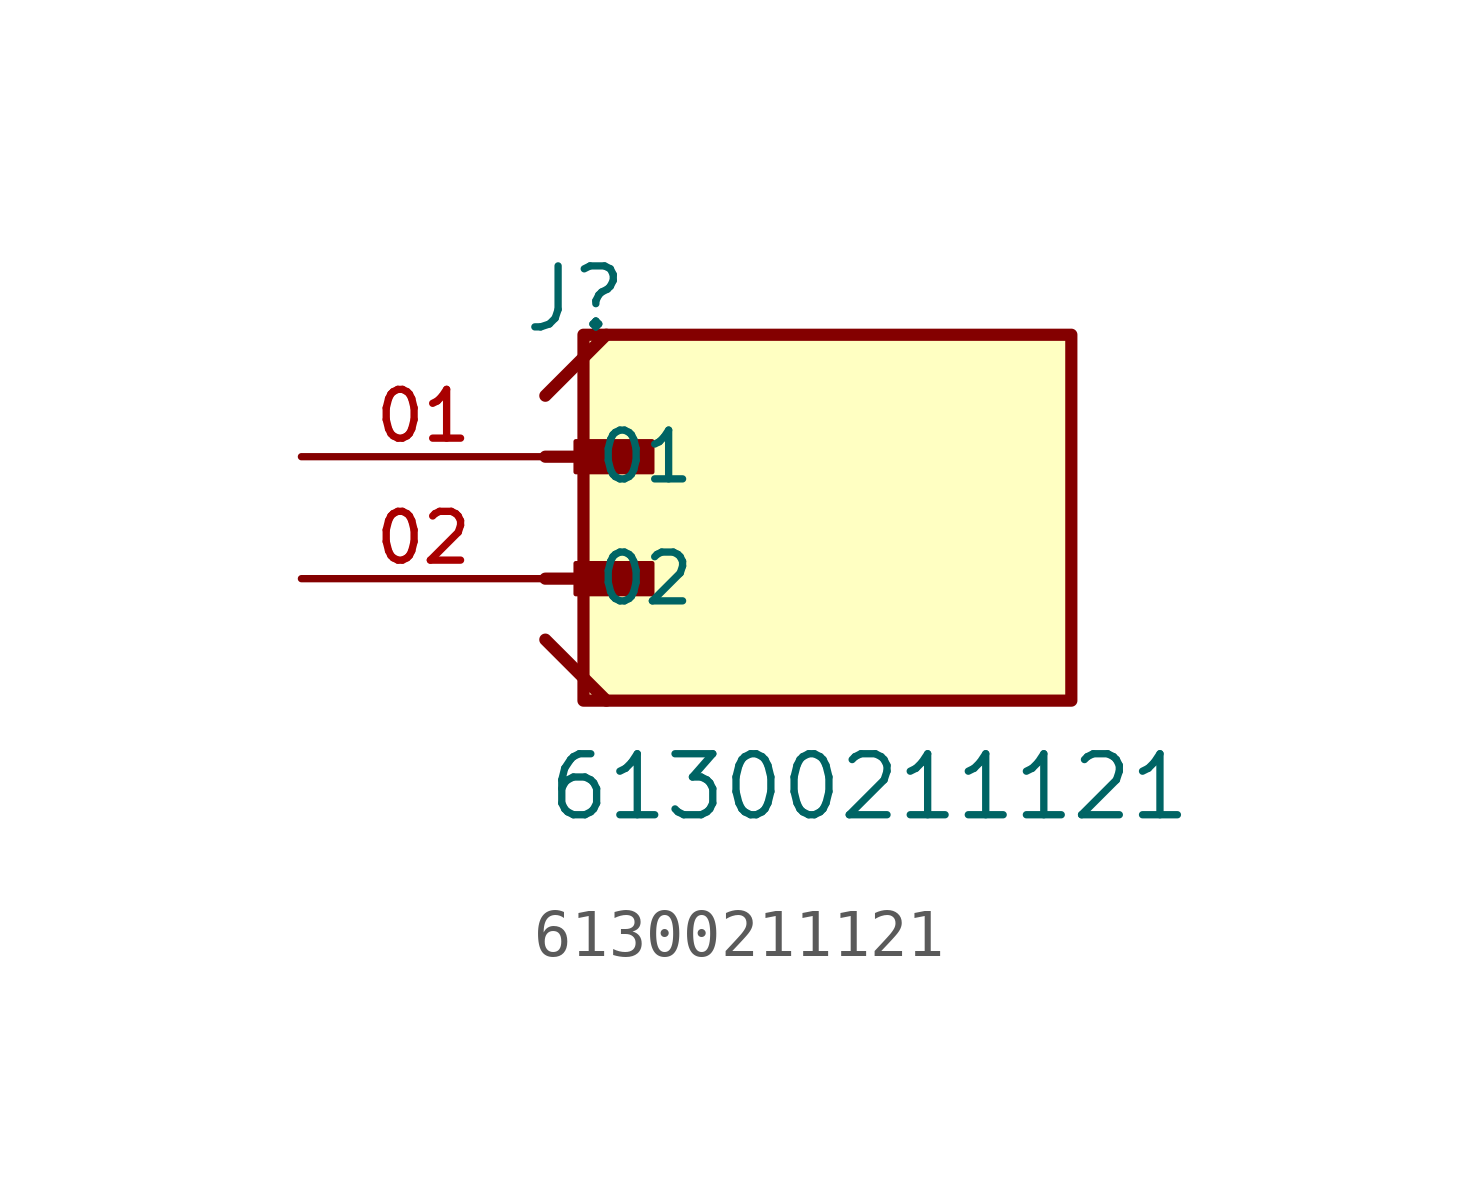
<source format=kicad_sym>
(kicad_symbol_lib
  (version 20211014)
  (generator kicad_symbol_editor)
  (symbol "61300211121"
    (pin_names
      (offset 1.016))
    (property "Reference" "J"
      (at -5.58 5.08 0)
      (effects (font (size 1.27 1.27)) (justify bottom left)))
    (property "Value" "61300211121"
      (at -5.08 -5.08 0)
      (effects (font (size 1.27 1.27)) (justify bottom left)))
    (symbol "61300211121_0_0"
      (polyline (pts (xy -5.08 2.54) (xy -3.175 2.54)) (stroke (width 0.254)))
      (rectangle (start -4.445 2.223) (end -2.857 2.857) (stroke (width 0.1)) (fill (type outline)))
      (polyline (pts (xy -5.08 0.0) (xy -3.175 0.0)) (stroke (width 0.254)))
      (rectangle (start -4.445 -0.318) (end -2.857 0.318) (stroke (width 0.1)) (fill (type outline)))
      (polyline (pts (xy -5.08 -1.27) (xy -3.81 -2.54)) (stroke (width 0.254)))
      (polyline (pts (xy -5.08 3.81) (xy -3.81 5.08)) (stroke (width 0.254)))
      (rectangle (start -4.286 -2.54) (end 5.874 5.08) (stroke (width 0.254)) (fill (type background)))
      (pin passive line (at -10.16 2.54 0) (length 5.08) (name "01" (effects (font (size 1.016 1.016)))) (number "01" (effects (font (size 1.016 1.016)))))
      (pin passive line (at -10.16 0.0 0) (length 5.08) (name "02" (effects (font (size 1.016 1.016)))) (number "02" (effects (font (size 1.016 1.016))))))))
</source>
